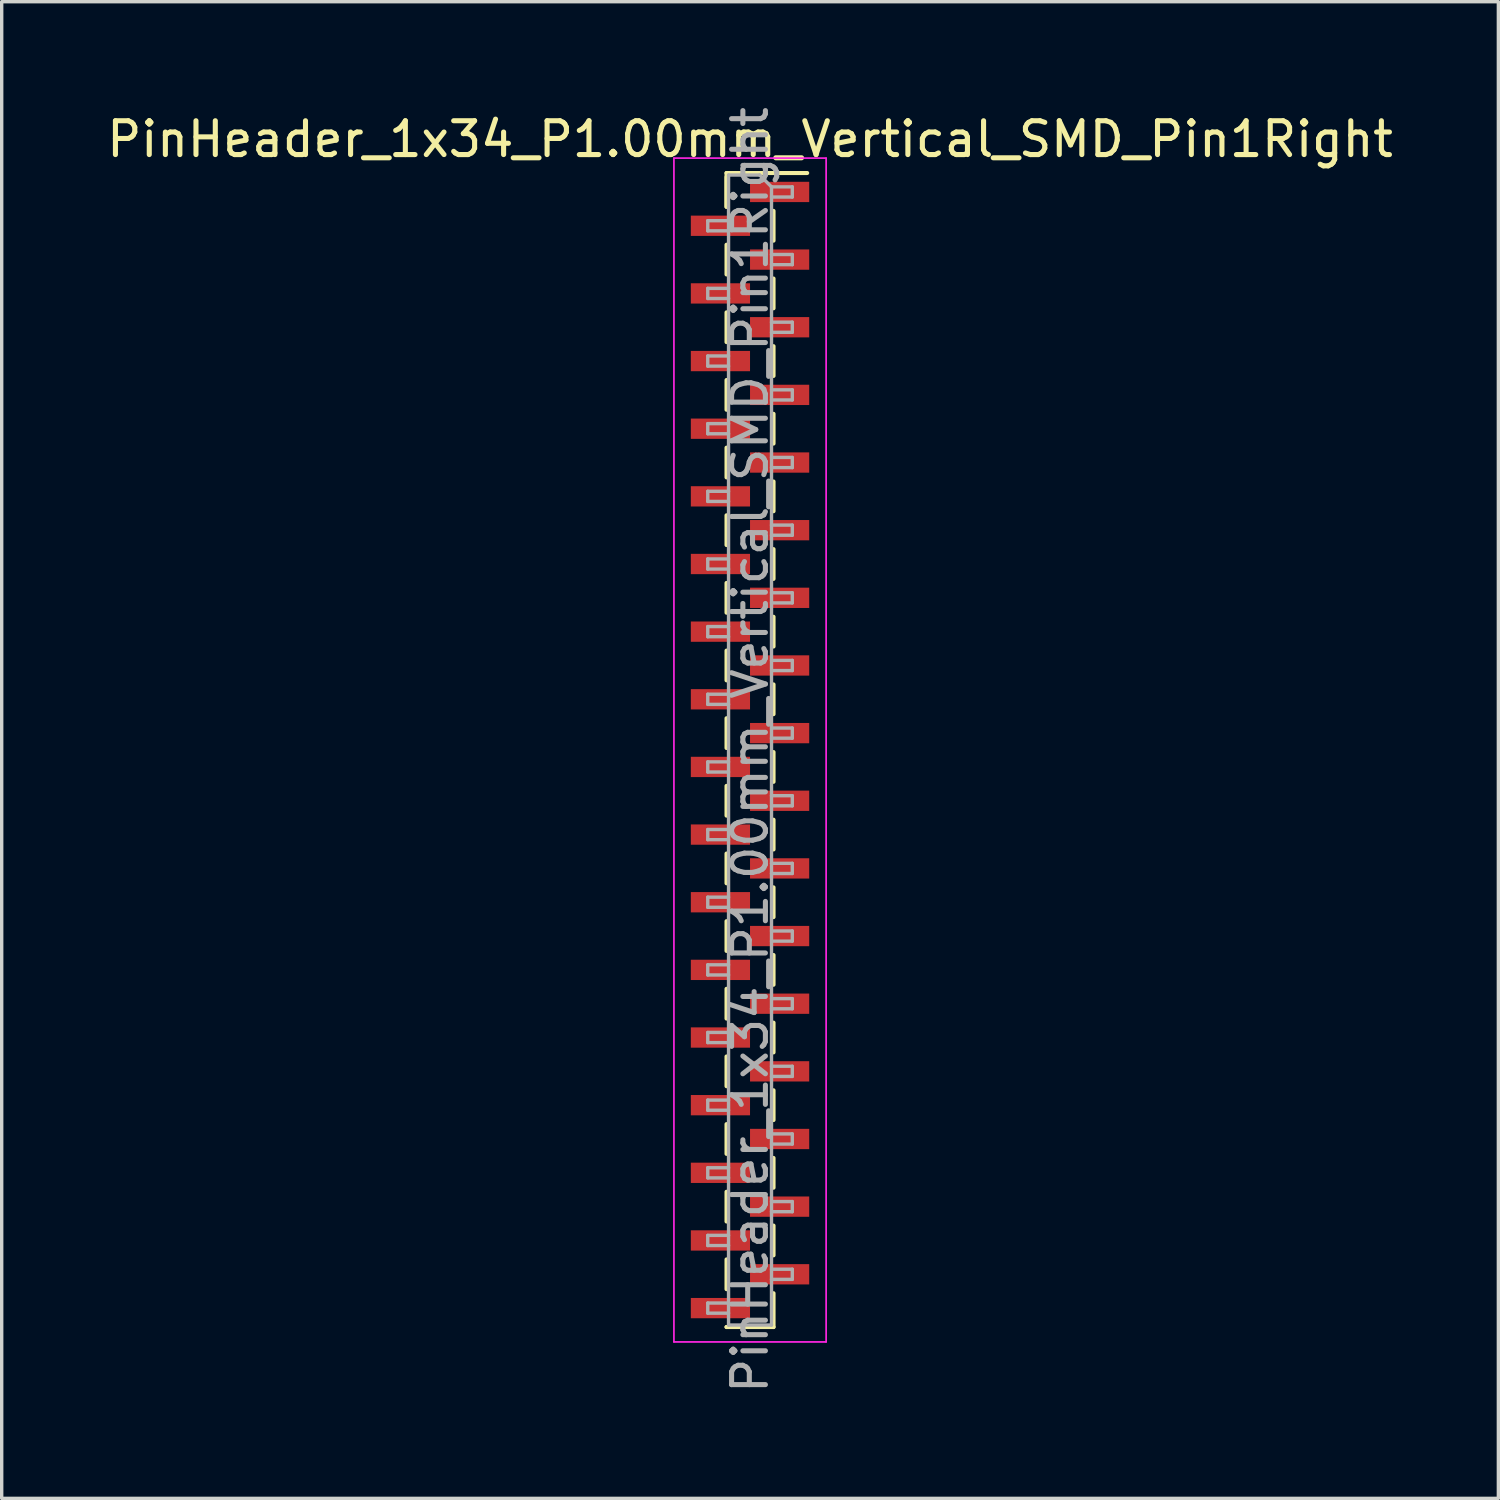
<source format=kicad_pcb>
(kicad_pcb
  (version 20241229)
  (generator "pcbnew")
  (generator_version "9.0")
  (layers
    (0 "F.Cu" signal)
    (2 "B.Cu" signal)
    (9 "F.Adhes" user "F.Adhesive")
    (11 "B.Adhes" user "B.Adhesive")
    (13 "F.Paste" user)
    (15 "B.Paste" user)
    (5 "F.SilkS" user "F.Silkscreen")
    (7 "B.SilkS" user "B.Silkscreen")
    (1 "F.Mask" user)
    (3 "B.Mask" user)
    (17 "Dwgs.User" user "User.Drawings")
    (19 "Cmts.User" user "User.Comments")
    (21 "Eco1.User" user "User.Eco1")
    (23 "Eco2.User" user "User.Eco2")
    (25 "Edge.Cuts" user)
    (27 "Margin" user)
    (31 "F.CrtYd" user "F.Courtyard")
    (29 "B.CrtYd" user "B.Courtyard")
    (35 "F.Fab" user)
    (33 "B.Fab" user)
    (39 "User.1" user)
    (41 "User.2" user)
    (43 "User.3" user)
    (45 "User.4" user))
  (footprint "PinHeader_1x34_P1.00mm_Vertical_SMD_Pin1Right"
    (layer "F.Cu")
    (at 19.125 19.125)
    (property "Reference" "PinHeader_1x34_P1.00mm_Vertical_SMD_Pin1Right" (at 0 -18.06 0) (layer "F.SilkS") (effects (font (size 1 1) (thickness 0.15))))
    (attr smd)
    (fp_line (start -0.695 -17.06) (end -0.695 -16.06) (stroke (width 0.12) (type solid)) (layer "F.SilkS"))
    (fp_line (start -0.695 -17.06) (end 0.695 -17.06) (stroke (width 0.12) (type solid)) (layer "F.SilkS"))
    (fp_line (start -0.695 -16.94) (end -0.695 -16.06) (stroke (width 0.12) (type solid)) (layer "F.SilkS"))
    (fp_line (start -0.695 -14.94) (end -0.695 -14.06) (stroke (width 0.12) (type solid)) (layer "F.SilkS"))
    (fp_line (start -0.695 -12.94) (end -0.695 -12.06) (stroke (width 0.12) (type solid)) (layer "F.SilkS"))
    (fp_line (start -0.695 -10.94) (end -0.695 -10.06) (stroke (width 0.12) (type solid)) (layer "F.SilkS"))
    (fp_line (start -0.695 -8.94) (end -0.695 -8.06) (stroke (width 0.12) (type solid)) (layer "F.SilkS"))
    (fp_line (start -0.695 -6.94) (end -0.695 -6.06) (stroke (width 0.12) (type solid)) (layer "F.SilkS"))
    (fp_line (start -0.695 -4.94) (end -0.695 -4.06) (stroke (width 0.12) (type solid)) (layer "F.SilkS"))
    (fp_line (start -0.695 -2.94) (end -0.695 -2.06) (stroke (width 0.12) (type solid)) (layer "F.SilkS"))
    (fp_line (start -0.695 -0.94) (end -0.695 -0.06) (stroke (width 0.12) (type solid)) (layer "F.SilkS"))
    (fp_line (start -0.695 1.06) (end -0.695 1.94) (stroke (width 0.12) (type solid)) (layer "F.SilkS"))
    (fp_line (start -0.695 3.06) (end -0.695 3.94) (stroke (width 0.12) (type solid)) (layer "F.SilkS"))
    (fp_line (start -0.695 5.06) (end -0.695 5.94) (stroke (width 0.12) (type solid)) (layer "F.SilkS"))
    (fp_line (start -0.695 7.06) (end -0.695 7.94) (stroke (width 0.12) (type solid)) (layer "F.SilkS"))
    (fp_line (start -0.695 9.06) (end -0.695 9.94) (stroke (width 0.12) (type solid)) (layer "F.SilkS"))
    (fp_line (start -0.695 11.06) (end -0.695 11.94) (stroke (width 0.12) (type solid)) (layer "F.SilkS"))
    (fp_line (start -0.695 13.06) (end -0.695 13.94) (stroke (width 0.12) (type solid)) (layer "F.SilkS"))
    (fp_line (start -0.695 15.06) (end -0.695 15.94) (stroke (width 0.12) (type solid)) (layer "F.SilkS"))
    (fp_line (start -0.695 17.06) (end -0.695 17.06) (stroke (width 0.12) (type solid)) (layer "F.SilkS"))
    (fp_line (start -0.695 17.06) (end 0.695 17.06) (stroke (width 0.12) (type solid)) (layer "F.SilkS"))
    (fp_line (start 0.695 -17.06) (end 0.695 -17.06) (stroke (width 0.12) (type solid)) (layer "F.SilkS"))
    (fp_line (start 0.695 -17.06) (end 1.69 -17.06) (stroke (width 0.12) (type solid)) (layer "F.SilkS"))
    (fp_line (start 0.695 -15.94) (end 0.695 -15.06) (stroke (width 0.12) (type solid)) (layer "F.SilkS"))
    (fp_line (start 0.695 -13.94) (end 0.695 -13.06) (stroke (width 0.12) (type solid)) (layer "F.SilkS"))
    (fp_line (start 0.695 -11.94) (end 0.695 -11.06) (stroke (width 0.12) (type solid)) (layer "F.SilkS"))
    (fp_line (start 0.695 -9.94) (end 0.695 -9.06) (stroke (width 0.12) (type solid)) (layer "F.SilkS"))
    (fp_line (start 0.695 -7.94) (end 0.695 -7.06) (stroke (width 0.12) (type solid)) (layer "F.SilkS"))
    (fp_line (start 0.695 -5.94) (end 0.695 -5.06) (stroke (width 0.12) (type solid)) (layer "F.SilkS"))
    (fp_line (start 0.695 -3.94) (end 0.695 -3.06) (stroke (width 0.12) (type solid)) (layer "F.SilkS"))
    (fp_line (start 0.695 -1.94) (end 0.695 -1.06) (stroke (width 0.12) (type solid)) (layer "F.SilkS"))
    (fp_line (start 0.695 0.06) (end 0.695 0.94) (stroke (width 0.12) (type solid)) (layer "F.SilkS"))
    (fp_line (start 0.695 2.06) (end 0.695 2.94) (stroke (width 0.12) (type solid)) (layer "F.SilkS"))
    (fp_line (start 0.695 4.06) (end 0.695 4.94) (stroke (width 0.12) (type solid)) (layer "F.SilkS"))
    (fp_line (start 0.695 6.06) (end 0.695 6.94) (stroke (width 0.12) (type solid)) (layer "F.SilkS"))
    (fp_line (start 0.695 8.06) (end 0.695 8.94) (stroke (width 0.12) (type solid)) (layer "F.SilkS"))
    (fp_line (start 0.695 10.06) (end 0.695 10.94) (stroke (width 0.12) (type solid)) (layer "F.SilkS"))
    (fp_line (start 0.695 12.06) (end 0.695 12.94) (stroke (width 0.12) (type solid)) (layer "F.SilkS"))
    (fp_line (start 0.695 14.06) (end 0.695 14.94) (stroke (width 0.12) (type solid)) (layer "F.SilkS"))
    (fp_line (start 0.695 16.06) (end 0.695 17.06) (stroke (width 0.12) (type solid)) (layer "F.SilkS"))
    (fp_line (start -2.25 -17.5) (end -2.25 17.5) (stroke (width 0.05) (type solid)) (layer "F.CrtYd"))
    (fp_line (start -2.25 17.5) (end 2.25 17.5) (stroke (width 0.05) (type solid)) (layer "F.CrtYd"))
    (fp_line (start 2.25 -17.5) (end -2.25 -17.5) (stroke (width 0.05) (type solid)) (layer "F.CrtYd"))
    (fp_line (start 2.25 17.5) (end 2.25 -17.5) (stroke (width 0.05) (type solid)) (layer "F.CrtYd"))
    (fp_line (start -1.25 -15.65) (end -1.25 -15.35) (stroke (width 0.1) (type solid)) (layer "F.Fab"))
    (fp_line (start -1.25 -15.35) (end -0.635 -15.35) (stroke (width 0.1) (type solid)) (layer "F.Fab"))
    (fp_line (start -1.25 -13.65) (end -1.25 -13.35) (stroke (width 0.1) (type solid)) (layer "F.Fab"))
    (fp_line (start -1.25 -13.35) (end -0.635 -13.35) (stroke (width 0.1) (type solid)) (layer "F.Fab"))
    (fp_line (start -1.25 -11.65) (end -1.25 -11.35) (stroke (width 0.1) (type solid)) (layer "F.Fab"))
    (fp_line (start -1.25 -11.35) (end -0.635 -11.35) (stroke (width 0.1) (type solid)) (layer "F.Fab"))
    (fp_line (start -1.25 -9.65) (end -1.25 -9.35) (stroke (width 0.1) (type solid)) (layer "F.Fab"))
    (fp_line (start -1.25 -9.35) (end -0.635 -9.35) (stroke (width 0.1) (type solid)) (layer "F.Fab"))
    (fp_line (start -1.25 -7.65) (end -1.25 -7.35) (stroke (width 0.1) (type solid)) (layer "F.Fab"))
    (fp_line (start -1.25 -7.35) (end -0.635 -7.35) (stroke (width 0.1) (type solid)) (layer "F.Fab"))
    (fp_line (start -1.25 -5.65) (end -1.25 -5.35) (stroke (width 0.1) (type solid)) (layer "F.Fab"))
    (fp_line (start -1.25 -5.35) (end -0.635 -5.35) (stroke (width 0.1) (type solid)) (layer "F.Fab"))
    (fp_line (start -1.25 -3.65) (end -1.25 -3.35) (stroke (width 0.1) (type solid)) (layer "F.Fab"))
    (fp_line (start -1.25 -3.35) (end -0.635 -3.35) (stroke (width 0.1) (type solid)) (layer "F.Fab"))
    (fp_line (start -1.25 -1.65) (end -1.25 -1.35) (stroke (width 0.1) (type solid)) (layer "F.Fab"))
    (fp_line (start -1.25 -1.35) (end -0.635 -1.35) (stroke (width 0.1) (type solid)) (layer "F.Fab"))
    (fp_line (start -1.25 0.35) (end -1.25 0.65) (stroke (width 0.1) (type solid)) (layer "F.Fab"))
    (fp_line (start -1.25 0.65) (end -0.635 0.65) (stroke (width 0.1) (type solid)) (layer "F.Fab"))
    (fp_line (start -1.25 2.35) (end -1.25 2.65) (stroke (width 0.1) (type solid)) (layer "F.Fab"))
    (fp_line (start -1.25 2.65) (end -0.635 2.65) (stroke (width 0.1) (type solid)) (layer "F.Fab"))
    (fp_line (start -1.25 4.35) (end -1.25 4.65) (stroke (width 0.1) (type solid)) (layer "F.Fab"))
    (fp_line (start -1.25 4.65) (end -0.635 4.65) (stroke (width 0.1) (type solid)) (layer "F.Fab"))
    (fp_line (start -1.25 6.35) (end -1.25 6.65) (stroke (width 0.1) (type solid)) (layer "F.Fab"))
    (fp_line (start -1.25 6.65) (end -0.635 6.65) (stroke (width 0.1) (type solid)) (layer "F.Fab"))
    (fp_line (start -1.25 8.35) (end -1.25 8.65) (stroke (width 0.1) (type solid)) (layer "F.Fab"))
    (fp_line (start -1.25 8.65) (end -0.635 8.65) (stroke (width 0.1) (type solid)) (layer "F.Fab"))
    (fp_line (start -1.25 10.35) (end -1.25 10.65) (stroke (width 0.1) (type solid)) (layer "F.Fab"))
    (fp_line (start -1.25 10.65) (end -0.635 10.65) (stroke (width 0.1) (type solid)) (layer "F.Fab"))
    (fp_line (start -1.25 12.35) (end -1.25 12.65) (stroke (width 0.1) (type solid)) (layer "F.Fab"))
    (fp_line (start -1.25 12.65) (end -0.635 12.65) (stroke (width 0.1) (type solid)) (layer "F.Fab"))
    (fp_line (start -1.25 14.35) (end -1.25 14.65) (stroke (width 0.1) (type solid)) (layer "F.Fab"))
    (fp_line (start -1.25 14.65) (end -0.635 14.65) (stroke (width 0.1) (type solid)) (layer "F.Fab"))
    (fp_line (start -1.25 16.35) (end -1.25 16.65) (stroke (width 0.1) (type solid)) (layer "F.Fab"))
    (fp_line (start -1.25 16.65) (end -0.635 16.65) (stroke (width 0.1) (type solid)) (layer "F.Fab"))
    (fp_line (start -0.635 -17) (end -0.635 17) (stroke (width 0.1) (type solid)) (layer "F.Fab"))
    (fp_line (start -0.635 -17) (end 0.285 -17) (stroke (width 0.1) (type solid)) (layer "F.Fab"))
    (fp_line (start -0.635 -15.65) (end -1.25 -15.65) (stroke (width 0.1) (type solid)) (layer "F.Fab"))
    (fp_line (start -0.635 -13.65) (end -1.25 -13.65) (stroke (width 0.1) (type solid)) (layer "F.Fab"))
    (fp_line (start -0.635 -11.65) (end -1.25 -11.65) (stroke (width 0.1) (type solid)) (layer "F.Fab"))
    (fp_line (start -0.635 -9.65) (end -1.25 -9.65) (stroke (width 0.1) (type solid)) (layer "F.Fab"))
    (fp_line (start -0.635 -7.65) (end -1.25 -7.65) (stroke (width 0.1) (type solid)) (layer "F.Fab"))
    (fp_line (start -0.635 -5.65) (end -1.25 -5.65) (stroke (width 0.1) (type solid)) (layer "F.Fab"))
    (fp_line (start -0.635 -3.65) (end -1.25 -3.65) (stroke (width 0.1) (type solid)) (layer "F.Fab"))
    (fp_line (start -0.635 -1.65) (end -1.25 -1.65) (stroke (width 0.1) (type solid)) (layer "F.Fab"))
    (fp_line (start -0.635 0.35) (end -1.25 0.35) (stroke (width 0.1) (type solid)) (layer "F.Fab"))
    (fp_line (start -0.635 2.35) (end -1.25 2.35) (stroke (width 0.1) (type solid)) (layer "F.Fab"))
    (fp_line (start -0.635 4.35) (end -1.25 4.35) (stroke (width 0.1) (type solid)) (layer "F.Fab"))
    (fp_line (start -0.635 6.35) (end -1.25 6.35) (stroke (width 0.1) (type solid)) (layer "F.Fab"))
    (fp_line (start -0.635 8.35) (end -1.25 8.35) (stroke (width 0.1) (type solid)) (layer "F.Fab"))
    (fp_line (start -0.635 10.35) (end -1.25 10.35) (stroke (width 0.1) (type solid)) (layer "F.Fab"))
    (fp_line (start -0.635 12.35) (end -1.25 12.35) (stroke (width 0.1) (type solid)) (layer "F.Fab"))
    (fp_line (start -0.635 14.35) (end -1.25 14.35) (stroke (width 0.1) (type solid)) (layer "F.Fab"))
    (fp_line (start -0.635 16.35) (end -1.25 16.35) (stroke (width 0.1) (type solid)) (layer "F.Fab"))
    (fp_line (start 0.635 -16.65) (end 0.285 -17) (stroke (width 0.1) (type solid)) (layer "F.Fab"))
    (fp_line (start 0.635 -16.65) (end 1.25 -16.65) (stroke (width 0.1) (type solid)) (layer "F.Fab"))
    (fp_line (start 0.635 -14.65) (end 1.25 -14.65) (stroke (width 0.1) (type solid)) (layer "F.Fab"))
    (fp_line (start 0.635 -12.65) (end 1.25 -12.65) (stroke (width 0.1) (type solid)) (layer "F.Fab"))
    (fp_line (start 0.635 -10.65) (end 1.25 -10.65) (stroke (width 0.1) (type solid)) (layer "F.Fab"))
    (fp_line (start 0.635 -8.65) (end 1.25 -8.65) (stroke (width 0.1) (type solid)) (layer "F.Fab"))
    (fp_line (start 0.635 -6.65) (end 1.25 -6.65) (stroke (width 0.1) (type solid)) (layer "F.Fab"))
    (fp_line (start 0.635 -4.65) (end 1.25 -4.65) (stroke (width 0.1) (type solid)) (layer "F.Fab"))
    (fp_line (start 0.635 -2.65) (end 1.25 -2.65) (stroke (width 0.1) (type solid)) (layer "F.Fab"))
    (fp_line (start 0.635 -0.65) (end 1.25 -0.65) (stroke (width 0.1) (type solid)) (layer "F.Fab"))
    (fp_line (start 0.635 1.35) (end 1.25 1.35) (stroke (width 0.1) (type solid)) (layer "F.Fab"))
    (fp_line (start 0.635 3.35) (end 1.25 3.35) (stroke (width 0.1) (type solid)) (layer "F.Fab"))
    (fp_line (start 0.635 5.35) (end 1.25 5.35) (stroke (width 0.1) (type solid)) (layer "F.Fab"))
    (fp_line (start 0.635 7.35) (end 1.25 7.35) (stroke (width 0.1) (type solid)) (layer "F.Fab"))
    (fp_line (start 0.635 9.35) (end 1.25 9.35) (stroke (width 0.1) (type solid)) (layer "F.Fab"))
    (fp_line (start 0.635 11.35) (end 1.25 11.35) (stroke (width 0.1) (type solid)) (layer "F.Fab"))
    (fp_line (start 0.635 13.35) (end 1.25 13.35) (stroke (width 0.1) (type solid)) (layer "F.Fab"))
    (fp_line (start 0.635 15.35) (end 1.25 15.35) (stroke (width 0.1) (type solid)) (layer "F.Fab"))
    (fp_line (start 0.635 17) (end -0.635 17) (stroke (width 0.1) (type solid)) (layer "F.Fab"))
    (fp_line (start 0.635 17) (end 0.635 -16.65) (stroke (width 0.1) (type solid)) (layer "F.Fab"))
    (fp_line (start 1.25 -16.65) (end 1.25 -16.35) (stroke (width 0.1) (type solid)) (layer "F.Fab"))
    (fp_line (start 1.25 -16.35) (end 0.635 -16.35) (stroke (width 0.1) (type solid)) (layer "F.Fab"))
    (fp_line (start 1.25 -14.65) (end 1.25 -14.35) (stroke (width 0.1) (type solid)) (layer "F.Fab"))
    (fp_line (start 1.25 -14.35) (end 0.635 -14.35) (stroke (width 0.1) (type solid)) (layer "F.Fab"))
    (fp_line (start 1.25 -12.65) (end 1.25 -12.35) (stroke (width 0.1) (type solid)) (layer "F.Fab"))
    (fp_line (start 1.25 -12.35) (end 0.635 -12.35) (stroke (width 0.1) (type solid)) (layer "F.Fab"))
    (fp_line (start 1.25 -10.65) (end 1.25 -10.35) (stroke (width 0.1) (type solid)) (layer "F.Fab"))
    (fp_line (start 1.25 -10.35) (end 0.635 -10.35) (stroke (width 0.1) (type solid)) (layer "F.Fab"))
    (fp_line (start 1.25 -8.65) (end 1.25 -8.35) (stroke (width 0.1) (type solid)) (layer "F.Fab"))
    (fp_line (start 1.25 -8.35) (end 0.635 -8.35) (stroke (width 0.1) (type solid)) (layer "F.Fab"))
    (fp_line (start 1.25 -6.65) (end 1.25 -6.35) (stroke (width 0.1) (type solid)) (layer "F.Fab"))
    (fp_line (start 1.25 -6.35) (end 0.635 -6.35) (stroke (width 0.1) (type solid)) (layer "F.Fab"))
    (fp_line (start 1.25 -4.65) (end 1.25 -4.35) (stroke (width 0.1) (type solid)) (layer "F.Fab"))
    (fp_line (start 1.25 -4.35) (end 0.635 -4.35) (stroke (width 0.1) (type solid)) (layer "F.Fab"))
    (fp_line (start 1.25 -2.65) (end 1.25 -2.35) (stroke (width 0.1) (type solid)) (layer "F.Fab"))
    (fp_line (start 1.25 -2.35) (end 0.635 -2.35) (stroke (width 0.1) (type solid)) (layer "F.Fab"))
    (fp_line (start 1.25 -0.65) (end 1.25 -0.35) (stroke (width 0.1) (type solid)) (layer "F.Fab"))
    (fp_line (start 1.25 -0.35) (end 0.635 -0.35) (stroke (width 0.1) (type solid)) (layer "F.Fab"))
    (fp_line (start 1.25 1.35) (end 1.25 1.65) (stroke (width 0.1) (type solid)) (layer "F.Fab"))
    (fp_line (start 1.25 1.65) (end 0.635 1.65) (stroke (width 0.1) (type solid)) (layer "F.Fab"))
    (fp_line (start 1.25 3.35) (end 1.25 3.65) (stroke (width 0.1) (type solid)) (layer "F.Fab"))
    (fp_line (start 1.25 3.65) (end 0.635 3.65) (stroke (width 0.1) (type solid)) (layer "F.Fab"))
    (fp_line (start 1.25 5.35) (end 1.25 5.65) (stroke (width 0.1) (type solid)) (layer "F.Fab"))
    (fp_line (start 1.25 5.65) (end 0.635 5.65) (stroke (width 0.1) (type solid)) (layer "F.Fab"))
    (fp_line (start 1.25 7.35) (end 1.25 7.65) (stroke (width 0.1) (type solid)) (layer "F.Fab"))
    (fp_line (start 1.25 7.65) (end 0.635 7.65) (stroke (width 0.1) (type solid)) (layer "F.Fab"))
    (fp_line (start 1.25 9.35) (end 1.25 9.65) (stroke (width 0.1) (type solid)) (layer "F.Fab"))
    (fp_line (start 1.25 9.65) (end 0.635 9.65) (stroke (width 0.1) (type solid)) (layer "F.Fab"))
    (fp_line (start 1.25 11.35) (end 1.25 11.65) (stroke (width 0.1) (type solid)) (layer "F.Fab"))
    (fp_line (start 1.25 11.65) (end 0.635 11.65) (stroke (width 0.1) (type solid)) (layer "F.Fab"))
    (fp_line (start 1.25 13.35) (end 1.25 13.65) (stroke (width 0.1) (type solid)) (layer "F.Fab"))
    (fp_line (start 1.25 13.65) (end 0.635 13.65) (stroke (width 0.1) (type solid)) (layer "F.Fab"))
    (fp_line (start 1.25 15.35) (end 1.25 15.65) (stroke (width 0.1) (type solid)) (layer "F.Fab"))
    (fp_line (start 1.25 15.65) (end 0.635 15.65) (stroke (width 0.1) (type solid)) (layer "F.Fab"))
    (fp_text user "${REFERENCE}" (at 0 0 90) (layer "F.Fab") (effects (font (size 1 1) (thickness 0.15))))
    (pad "1" smd rect (at 0.875 -16.5) (size 1.75 0.6) (layers "F.Cu" "F.Mask" "F.Paste"))
    (pad "2" smd rect (at -0.875 -15.5) (size 1.75 0.6) (layers "F.Cu" "F.Mask" "F.Paste"))
    (pad "3" smd rect (at 0.875 -14.5) (size 1.75 0.6) (layers "F.Cu" "F.Mask" "F.Paste"))
    (pad "4" smd rect (at -0.875 -13.5) (size 1.75 0.6) (layers "F.Cu" "F.Mask" "F.Paste"))
    (pad "5" smd rect (at 0.875 -12.5) (size 1.75 0.6) (layers "F.Cu" "F.Mask" "F.Paste"))
    (pad "6" smd rect (at -0.875 -11.5) (size 1.75 0.6) (layers "F.Cu" "F.Mask" "F.Paste"))
    (pad "7" smd rect (at 0.875 -10.5) (size 1.75 0.6) (layers "F.Cu" "F.Mask" "F.Paste"))
    (pad "8" smd rect (at -0.875 -9.5) (size 1.75 0.6) (layers "F.Cu" "F.Mask" "F.Paste"))
    (pad "9" smd rect (at 0.875 -8.5) (size 1.75 0.6) (layers "F.Cu" "F.Mask" "F.Paste"))
    (pad "10" smd rect (at -0.875 -7.5) (size 1.75 0.6) (layers "F.Cu" "F.Mask" "F.Paste"))
    (pad "11" smd rect (at 0.875 -6.5) (size 1.75 0.6) (layers "F.Cu" "F.Mask" "F.Paste"))
    (pad "12" smd rect (at -0.875 -5.5) (size 1.75 0.6) (layers "F.Cu" "F.Mask" "F.Paste"))
    (pad "13" smd rect (at 0.875 -4.5) (size 1.75 0.6) (layers "F.Cu" "F.Mask" "F.Paste"))
    (pad "14" smd rect (at -0.875 -3.5) (size 1.75 0.6) (layers "F.Cu" "F.Mask" "F.Paste"))
    (pad "15" smd rect (at 0.875 -2.5) (size 1.75 0.6) (layers "F.Cu" "F.Mask" "F.Paste"))
    (pad "16" smd rect (at -0.875 -1.5) (size 1.75 0.6) (layers "F.Cu" "F.Mask" "F.Paste"))
    (pad "17" smd rect (at 0.875 -0.5) (size 1.75 0.6) (layers "F.Cu" "F.Mask" "F.Paste"))
    (pad "18" smd rect (at -0.875 0.5) (size 1.75 0.6) (layers "F.Cu" "F.Mask" "F.Paste"))
    (pad "19" smd rect (at 0.875 1.5) (size 1.75 0.6) (layers "F.Cu" "F.Mask" "F.Paste"))
    (pad "20" smd rect (at -0.875 2.5) (size 1.75 0.6) (layers "F.Cu" "F.Mask" "F.Paste"))
    (pad "21" smd rect (at 0.875 3.5) (size 1.75 0.6) (layers "F.Cu" "F.Mask" "F.Paste"))
    (pad "22" smd rect (at -0.875 4.5) (size 1.75 0.6) (layers "F.Cu" "F.Mask" "F.Paste"))
    (pad "23" smd rect (at 0.875 5.5) (size 1.75 0.6) (layers "F.Cu" "F.Mask" "F.Paste"))
    (pad "24" smd rect (at -0.875 6.5) (size 1.75 0.6) (layers "F.Cu" "F.Mask" "F.Paste"))
    (pad "25" smd rect (at 0.875 7.5) (size 1.75 0.6) (layers "F.Cu" "F.Mask" "F.Paste"))
    (pad "26" smd rect (at -0.875 8.5) (size 1.75 0.6) (layers "F.Cu" "F.Mask" "F.Paste"))
    (pad "27" smd rect (at 0.875 9.5) (size 1.75 0.6) (layers "F.Cu" "F.Mask" "F.Paste"))
    (pad "28" smd rect (at -0.875 10.5) (size 1.75 0.6) (layers "F.Cu" "F.Mask" "F.Paste"))
    (pad "29" smd rect (at 0.875 11.5) (size 1.75 0.6) (layers "F.Cu" "F.Mask" "F.Paste"))
    (pad "30" smd rect (at -0.875 12.5) (size 1.75 0.6) (layers "F.Cu" "F.Mask" "F.Paste"))
    (pad "31" smd rect (at 0.875 13.5) (size 1.75 0.6) (layers "F.Cu" "F.Mask" "F.Paste"))
    (pad "32" smd rect (at -0.875 14.5) (size 1.75 0.6) (layers "F.Cu" "F.Mask" "F.Paste"))
    (pad "33" smd rect (at 0.875 15.5) (size 1.75 0.6) (layers "F.Cu" "F.Mask" "F.Paste"))
    (pad "34" smd rect (at -0.875 16.5) (size 1.75 0.6) (layers "F.Cu" "F.Mask" "F.Paste")))
  (gr_rect
    (start -3 -3)
    (end 41.25 41.25)
    (stroke (width 0.1) (type default))
    (fill no)
    (layer "Edge.Cuts")))
</source>
